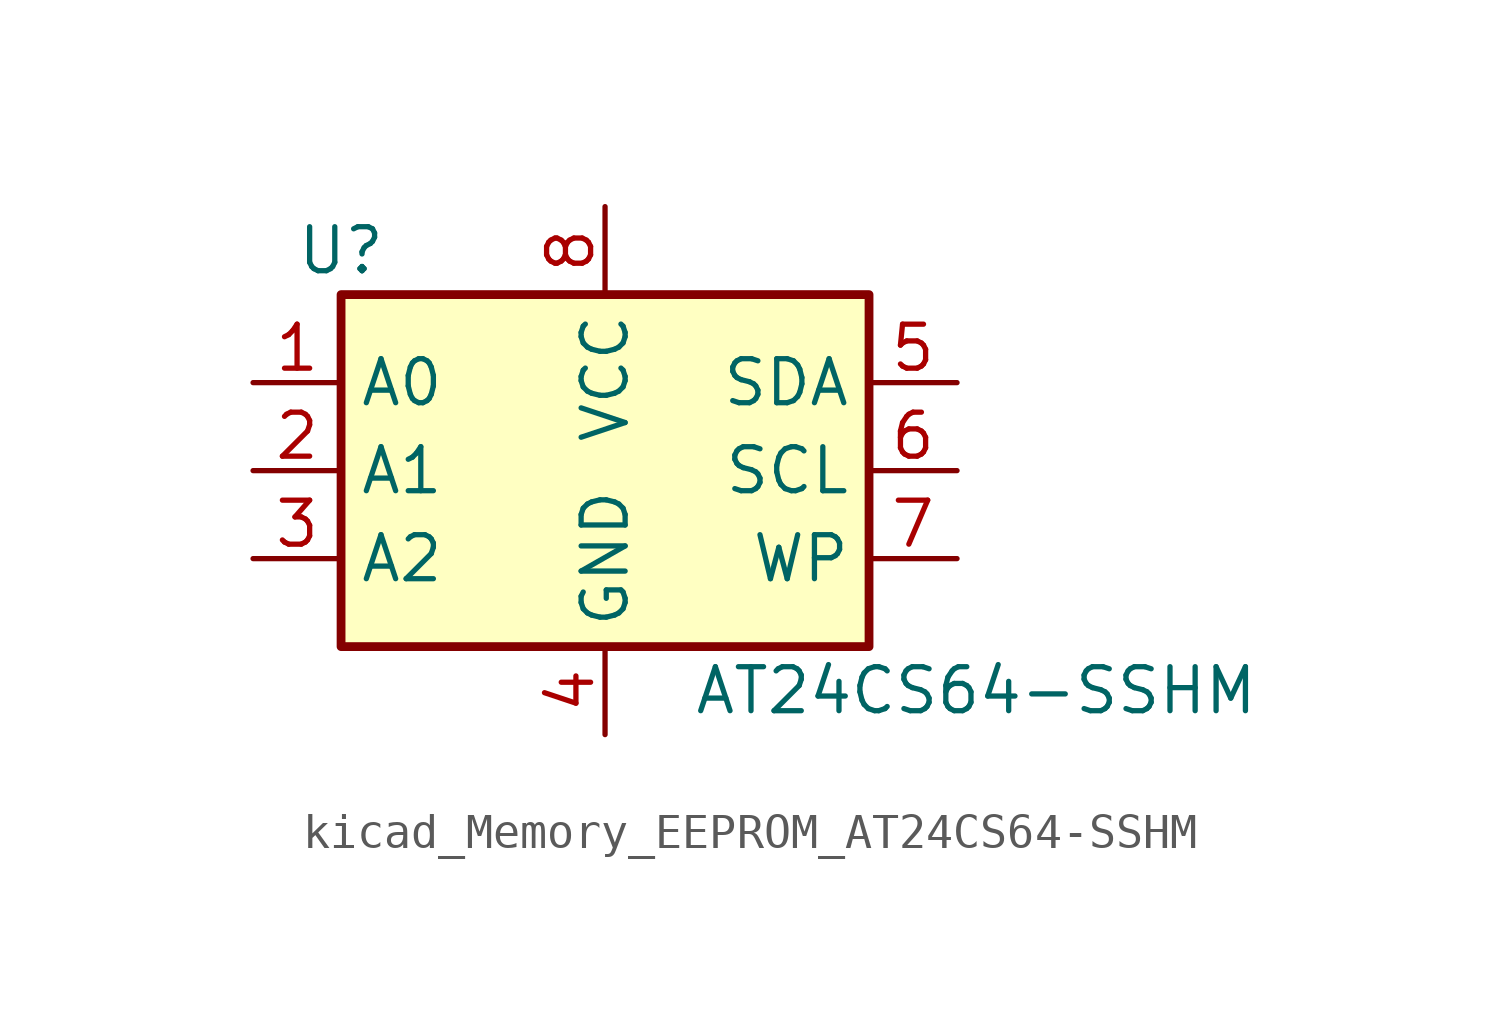
<source format=kicad_sym>
(kicad_symbol_lib
  (version 20220914)
  (generator kicad_symbol_editor)
  (symbol "kicad_Memory_EEPROM_AT24CS64-SSHM"
    (property "Reference" "U"
      (at -7.62 6.35 0)
      (effects (font (size 1.27 1.27))))
    (property "Value" "AT24CS64-SSHM"
      (at 2.54 -6.35 0)
      (effects (font (size 1.27 1.27)) (justify left)))
    (symbol "kicad_Memory_EEPROM_AT24CS64-SSHM_1_1"
      (rectangle (start -7.62 5.08) (end 7.62 -5.08) (stroke (width 0.254) (type default)) (fill (type background)))
      (pin input line (at -10.16 2.54 0) (length 2.54) (name "A0" (effects (font (size 1.27 1.27)))) (number "1" (effects (font (size 1.27 1.27)))))
      (pin input line (at -10.16 0 0) (length 2.54) (name "A1" (effects (font (size 1.27 1.27)))) (number "2" (effects (font (size 1.27 1.27)))))
      (pin input line (at -10.16 -2.54 0) (length 2.54) (name "A2" (effects (font (size 1.27 1.27)))) (number "3" (effects (font (size 1.27 1.27)))))
      (pin power_in line (at 0 -7.62 90) (length 2.54) (name "GND" (effects (font (size 1.27 1.27)))) (number "4" (effects (font (size 1.27 1.27)))))
      (pin bidirectional line (at 10.16 2.54 180) (length 2.54) (name "SDA" (effects (font (size 1.27 1.27)))) (number "5" (effects (font (size 1.27 1.27)))))
      (pin input line (at 10.16 0 180) (length 2.54) (name "SCL" (effects (font (size 1.27 1.27)))) (number "6" (effects (font (size 1.27 1.27)))))
      (pin input line (at 10.16 -2.54 180) (length 2.54) (name "WP" (effects (font (size 1.27 1.27)))) (number "7" (effects (font (size 1.27 1.27)))))
      (pin power_in line (at 0 7.62 270) (length 2.54) (name "VCC" (effects (font (size 1.27 1.27)))) (number "8" (effects (font (size 1.27 1.27))))))))
</source>
